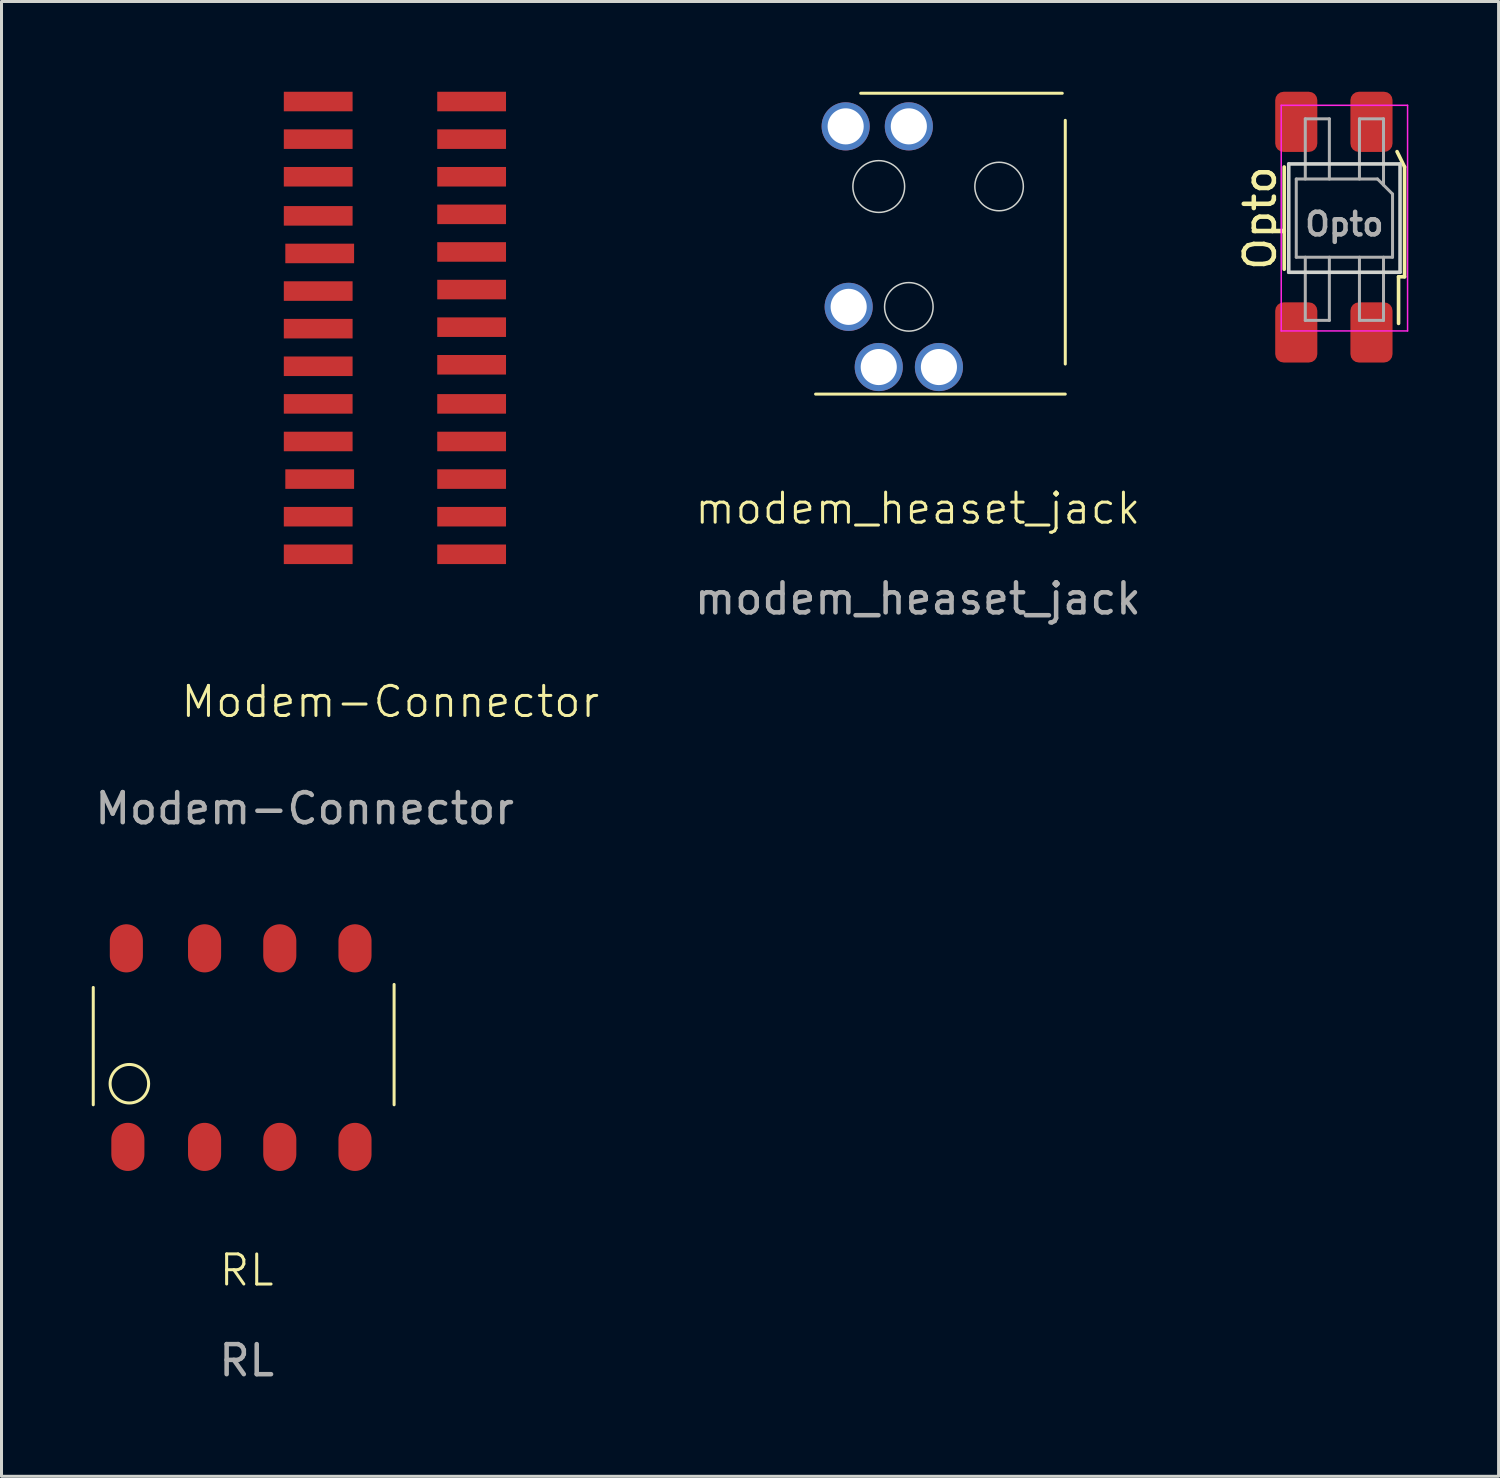
<source format=kicad_pcb>
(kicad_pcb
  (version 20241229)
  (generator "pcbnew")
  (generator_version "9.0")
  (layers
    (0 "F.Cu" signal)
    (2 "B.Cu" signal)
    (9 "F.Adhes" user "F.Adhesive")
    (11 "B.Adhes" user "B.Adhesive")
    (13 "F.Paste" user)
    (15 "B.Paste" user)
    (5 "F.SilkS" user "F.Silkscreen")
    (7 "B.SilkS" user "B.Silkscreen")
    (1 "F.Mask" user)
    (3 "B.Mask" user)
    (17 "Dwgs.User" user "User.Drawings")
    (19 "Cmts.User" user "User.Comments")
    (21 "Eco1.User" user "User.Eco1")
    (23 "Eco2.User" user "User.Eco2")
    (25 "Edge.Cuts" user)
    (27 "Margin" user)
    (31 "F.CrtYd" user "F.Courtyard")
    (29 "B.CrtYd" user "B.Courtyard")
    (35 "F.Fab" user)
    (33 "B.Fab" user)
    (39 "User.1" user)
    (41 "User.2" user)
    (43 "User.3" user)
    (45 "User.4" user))
  (footprint "Modem-Connector"
    (layer "F.Cu")
    (at 9.727 7.875)
    (property "Reference" "Modem-Connector" (at 0.2 12.4 0) (unlocked yes) (layer "F.SilkS") (effects (font (size 1 1) (thickness 0.1))))
    (attr smd)
    (fp_text user "${REFERENCE}" (at -2.65 15.95 0) (unlocked yes) (layer "F.Fab") (effects (font (size 1 1) (thickness 0.15))))
    (pad "1" smd rect (at 2.9 7.5) (size 2.286 0.65) (layers "F.Cu" "F.Mask" "F.Paste"))
    (pad "2" smd rect (at 2.9 6.25) (size 2.286 0.65) (layers "F.Cu" "F.Mask" "F.Paste"))
    (pad "3" smd rect (at 2.9 5) (size 2.286 0.65) (layers "F.Cu" "F.Mask" "F.Paste"))
    (pad "4" smd rect (at 2.9 3.75) (size 2.286 0.65) (layers "F.Cu" "F.Mask" "F.Paste"))
    (pad "5" smd rect (at 2.9 2.5) (size 2.286 0.65) (layers "F.Cu" "F.Mask" "F.Paste"))
    (pad "6" smd rect (at 2.9 1.2) (size 2.286 0.65) (layers "F.Cu" "F.Mask" "F.Paste"))
    (pad "7" smd rect (at 2.9 -0.05) (size 2.286 0.65) (layers "F.Cu" "F.Mask" "F.Paste"))
    (pad "8" smd rect (at 2.9 -1.3) (size 2.286 0.65) (layers "F.Cu" "F.Mask" "F.Paste"))
    (pad "9" smd rect (at 2.9 -2.55) (size 2.286 0.65) (layers "F.Cu" "F.Mask" "F.Paste"))
    (pad "10" smd rect (at 2.9 -3.8) (size 2.286 0.65) (layers "F.Cu" "F.Mask" "F.Paste"))
    (pad "11" smd rect (at 2.9 -5.05) (size 2.286 0.65) (layers "F.Cu" "F.Mask" "F.Paste"))
    (pad "12" smd rect (at 2.9 -6.3) (size 2.286 0.65) (layers "F.Cu" "F.Mask" "F.Paste"))
    (pad "13" smd rect (at 2.9 -7.55) (size 2.286 0.65) (layers "F.Cu" "F.Mask" "F.Paste"))
    (pad "14" smd rect (at -2.2 -7.55) (size 2.286 0.65) (layers "F.Cu" "F.Mask" "F.Paste"))
    (pad "15" smd rect (at -2.2 -6.3) (size 2.286 0.65) (layers "F.Cu" "F.Mask" "F.Paste"))
    (pad "16" smd rect (at -2.2 -5.05) (size 2.286 0.65) (layers "F.Cu" "F.Mask" "F.Paste"))
    (pad "17" smd rect (at -2.2 -3.75) (size 2.286 0.65) (layers "F.Cu" "F.Mask" "F.Paste"))
    (pad "18" smd rect (at -2.15 -2.5) (size 2.286 0.65) (layers "F.Cu" "F.Mask" "F.Paste"))
    (pad "19" smd rect (at -2.2 -1.25) (size 2.286 0.65) (layers "F.Cu" "F.Mask" "F.Paste"))
    (pad "20" smd rect (at -2.2 0) (size 2.286 0.65) (layers "F.Cu" "F.Mask" "F.Paste"))
    (pad "21" smd rect (at -2.2 1.25) (size 2.286 0.65) (layers "F.Cu" "F.Mask" "F.Paste"))
    (pad "22" smd rect (at -2.2 2.5) (size 2.286 0.65) (layers "F.Cu" "F.Mask" "F.Paste"))
    (pad "23" smd rect (at -2.2 3.75) (size 2.286 0.65) (layers "F.Cu" "F.Mask" "F.Paste"))
    (pad "24" smd rect (at -2.15 5) (size 2.286 0.65) (layers "F.Cu" "F.Mask" "F.Paste"))
    (pad "25" smd rect (at -2.2 6.25) (size 2.286 0.65) (layers "F.Cu" "F.Mask" "F.Paste"))
    (pad "26" smd rect (at -2.2 7.5) (size 2.286 0.65) (layers "F.Cu" "F.Mask" "F.Paste")))
  (footprint "RL"
    (layer "F.Cu")
    (at 5.15 31.773)
    (property "Reference" "RL" (at 0 7.4 0) (unlocked yes) (layer "F.SilkS") (effects (font (size 1 1) (thickness 0.1))))
    (attr smd)
    (fp_line (start -5.1 -2) (end -5.1 1.9) (stroke (width 0.1) (type default)) (layer "F.SilkS"))
    (fp_line (start 4.9 -2.1) (end 4.9 1.9) (stroke (width 0.1) (type default)) (layer "F.SilkS"))
    (fp_circle (center -3.9 1.2) (end -3.4 1.6) (stroke (width 0.1) (type default)) (fill no) (layer "F.SilkS"))
    (fp_text user "${REFERENCE}" (at 0 10.4 0) (unlocked yes) (layer "F.Fab") (effects (font (size 1 1) (thickness 0.15))))
    (pad "1" smd oval (at -3.95 3.3 90) (size 1.6 1.1) (layers "F.Cu" "F.Mask" "F.Paste"))
    (pad "2" smd oval (at -1.4 3.3 90) (size 1.6 1.1) (layers "F.Cu" "F.Mask" "F.Paste"))
    (pad "3" smd oval (at 1.1 3.3 90) (size 1.6 1.1) (layers "F.Cu" "F.Mask" "F.Paste"))
    (pad "4" smd oval (at 3.6 3.3 90) (size 1.6 1.1) (layers "F.Cu" "F.Mask" "F.Paste"))
    (pad "5" smd oval (at 3.6 -3.3 90) (size 1.6 1.1) (layers "F.Cu" "F.Mask" "F.Paste"))
    (pad "6" smd oval (at 1.1 -3.3 90) (size 1.6 1.1) (layers "F.Cu" "F.Mask" "F.Paste"))
    (pad "7" smd oval (at -1.4 -3.3 90) (size 1.6 1.1) (layers "F.Cu" "F.Mask" "F.Paste"))
    (pad "8" smd oval (at -4 -3.3 90) (size 1.6 1.1) (layers "F.Cu" "F.Mask" "F.Paste")))
  (footprint "Opto"
    (layer "F.Cu")
    (at 41.638 4.2)
    (property "Reference" "Opto" (at -2.8 0 90) (layer "F.SilkS") (effects (font (size 1 1) (thickness 0.15))))
    (attr smd)
    (fp_line (start -2 1.7) (end -2 -1.7) (stroke (width 0.12) (type solid)) (layer "F.SilkS"))
    (fp_line (start 1.8 3.5) (end 1.8 1.95) (stroke (width 0.12) (type solid)) (layer "F.SilkS"))
    (fp_line (start 2 -1.7) (end 1.75 -2.21) (stroke (width 0.12) (type default)) (layer "F.SilkS"))
    (fp_line (start 2 1.95) (end 1.8 1.95) (stroke (width 0.12) (type solid)) (layer "F.SilkS"))
    (fp_line (start 2 1.95) (end 2 -1.7) (stroke (width 0.12) (type solid)) (layer "F.SilkS"))
    (fp_line (start -1.85 -1.8) (end 1.85 -1.8) (stroke (width 0.12) (type solid)) (layer "Edge.Cuts"))
    (fp_line (start -1.85 1.8) (end -1.85 -1.8) (stroke (width 0.12) (type solid)) (layer "Edge.Cuts"))
    (fp_line (start 1.85 -1.8) (end 1.85 1.8) (stroke (width 0.12) (type solid)) (layer "Edge.Cuts"))
    (fp_line (start 1.85 1.8) (end -1.85 1.8) (stroke (width 0.12) (type solid)) (layer "Edge.Cuts"))
    (fp_line (start -2.1 -3.75) (end -2.1 3.75) (stroke (width 0.05) (type solid)) (layer "F.CrtYd"))
    (fp_line (start -2.1 -3.75) (end 2.1 -3.75) (stroke (width 0.05) (type solid)) (layer "F.CrtYd"))
    (fp_line (start 2.1 3.75) (end -2.1 3.75) (stroke (width 0.05) (type solid)) (layer "F.CrtYd"))
    (fp_line (start 2.1 3.75) (end 2.1 -3.75) (stroke (width 0.05) (type solid)) (layer "F.CrtYd"))
    (fp_line (start -1.6 -1.3) (end -1.6 1.3) (stroke (width 0.1) (type solid)) (layer "F.Fab"))
    (fp_line (start -1.6 1.3) (end 1.6 1.3) (stroke (width 0.1) (type solid)) (layer "F.Fab"))
    (fp_line (start -1.3 -3.3) (end -1.3 -1.3) (stroke (width 0.1) (type solid)) (layer "F.Fab"))
    (fp_line (start -1.3 3.4) (end -1.3 1.3) (stroke (width 0.1) (type solid)) (layer "F.Fab"))
    (fp_line (start -0.5 -3.3) (end -1.3 -3.3) (stroke (width 0.1) (type solid)) (layer "F.Fab"))
    (fp_line (start -0.5 -1.3) (end -0.5 -3.3) (stroke (width 0.1) (type solid)) (layer "F.Fab"))
    (fp_line (start -0.5 1.3) (end -0.5 3.4) (stroke (width 0.1) (type solid)) (layer "F.Fab"))
    (fp_line (start -0.5 3.4) (end -1.3 3.4) (stroke (width 0.1) (type solid)) (layer "F.Fab"))
    (fp_line (start 0.5 -3.3) (end 0.5 -1.3) (stroke (width 0.1) (type solid)) (layer "F.Fab"))
    (fp_line (start 0.5 1.3) (end 0.5 3.4) (stroke (width 0.1) (type solid)) (layer "F.Fab"))
    (fp_line (start 0.5 3.4) (end 1.3 3.4) (stroke (width 0.1) (type solid)) (layer "F.Fab"))
    (fp_line (start 1.1 -1.3) (end -1.6 -1.3) (stroke (width 0.1) (type solid)) (layer "F.Fab"))
    (fp_line (start 1.3 -3.3) (end 0.5 -3.3) (stroke (width 0.1) (type solid)) (layer "F.Fab"))
    (fp_line (start 1.3 -3.3) (end 1.3 -1.1) (stroke (width 0.1) (type solid)) (layer "F.Fab"))
    (fp_line (start 1.3 3.4) (end 1.3 1.3) (stroke (width 0.1) (type solid)) (layer "F.Fab"))
    (fp_line (start 1.6 -0.8) (end 1.1 -1.3) (stroke (width 0.1) (type solid)) (layer "F.Fab"))
    (fp_line (start 1.6 1.3) (end 1.6 -0.8) (stroke (width 0.1) (type solid)) (layer "F.Fab"))
    (fp_text user "${REFERENCE}" (at 0 0.2 0) (layer "F.Fab") (effects (font (size 0.75 0.75) (thickness 0.15))))
    (pad "1" smd roundrect (at 0.9 -3.2) (size 1.4 2) (layers "F.Cu" "F.Mask" "F.Paste") (roundrect_rratio 0.2))
    (pad "2" smd roundrect (at 0.9 3.8) (size 1.4 2) (layers "F.Cu" "F.Mask" "F.Paste") (roundrect_rratio 0.2))
    (pad "3" smd roundrect (at -1.6 -3.2) (size 1.4 2) (layers "F.Cu" "F.Mask" "F.Paste") (roundrect_rratio 0.2))
    (pad "4" smd roundrect (at -1.6 3.8) (size 1.4 2) (layers "F.Cu" "F.Mask" "F.Paste") (roundrect_rratio 0.2)))
  (footprint "modem_heaset_jack"
    (layer "F.Cu")
    (at 27.46 4.85)
    (property "Reference" "modem_heaset_jack" (at 0 9 0) (unlocked yes) (layer "F.SilkS") (effects (font (size 1 1) (thickness 0.1))))
    (attr smd)
    (fp_line (start -1.9 -4.8) (end 4.8 -4.8) (stroke (width 0.1) (type default)) (layer "F.SilkS"))
    (fp_line (start 4.9 -3.9) (end 4.9 4.2) (stroke (width 0.1) (type default)) (layer "F.SilkS"))
    (fp_line (start 4.9 5.2) (end -3.4 5.2) (stroke (width 0.1) (type default)) (layer "F.SilkS"))
    (fp_circle (center -1.3 -1.7) (end -0.8 -1) (stroke (width 0.05) (type default)) (fill no) (layer "Edge.Cuts"))
    (fp_circle (center -0.3 2.3) (end 0.1 3) (stroke (width 0.05) (type default)) (fill no) (layer "Edge.Cuts"))
    (fp_circle (center 2.7 -1.7) (end 3.1 -1) (stroke (width 0.05) (type default)) (fill no) (layer "Edge.Cuts"))
    (fp_text user "${REFERENCE}" (at 0 12 0) (unlocked yes) (layer "F.Fab") (effects (font (size 1 1) (thickness 0.15))))
    (pad "1" thru_hole circle (at -1.3 4.3 90) (size 1.6 1.6) (drill 1.2) (layers "*.Cu" "*.Mask"))
    (pad "2" thru_hole circle (at 0.7 4.3 90) (size 1.6 1.6) (drill 1.2) (layers "*.Cu" "*.Mask"))
    (pad "3" thru_hole circle (at -0.3 -3.7 90) (size 1.6 1.6) (drill 1.2) (layers "*.Cu" "*.Mask"))
    (pad "4" thru_hole circle (at -2.4 -3.7 90) (size 1.6 1.6) (drill 1.2) (layers "*.Cu" "*.Mask"))
    (pad "5" thru_hole circle (at -2.3 2.3 90) (size 1.6 1.6) (drill 1.2) (layers "*.Cu" "*.Mask")))
  (gr_rect
    (start -3 -3)
    (end 46.763 46.022)
    (stroke (width 0.1) (type default))
    (fill no)
    (layer "Edge.Cuts")))
</source>
